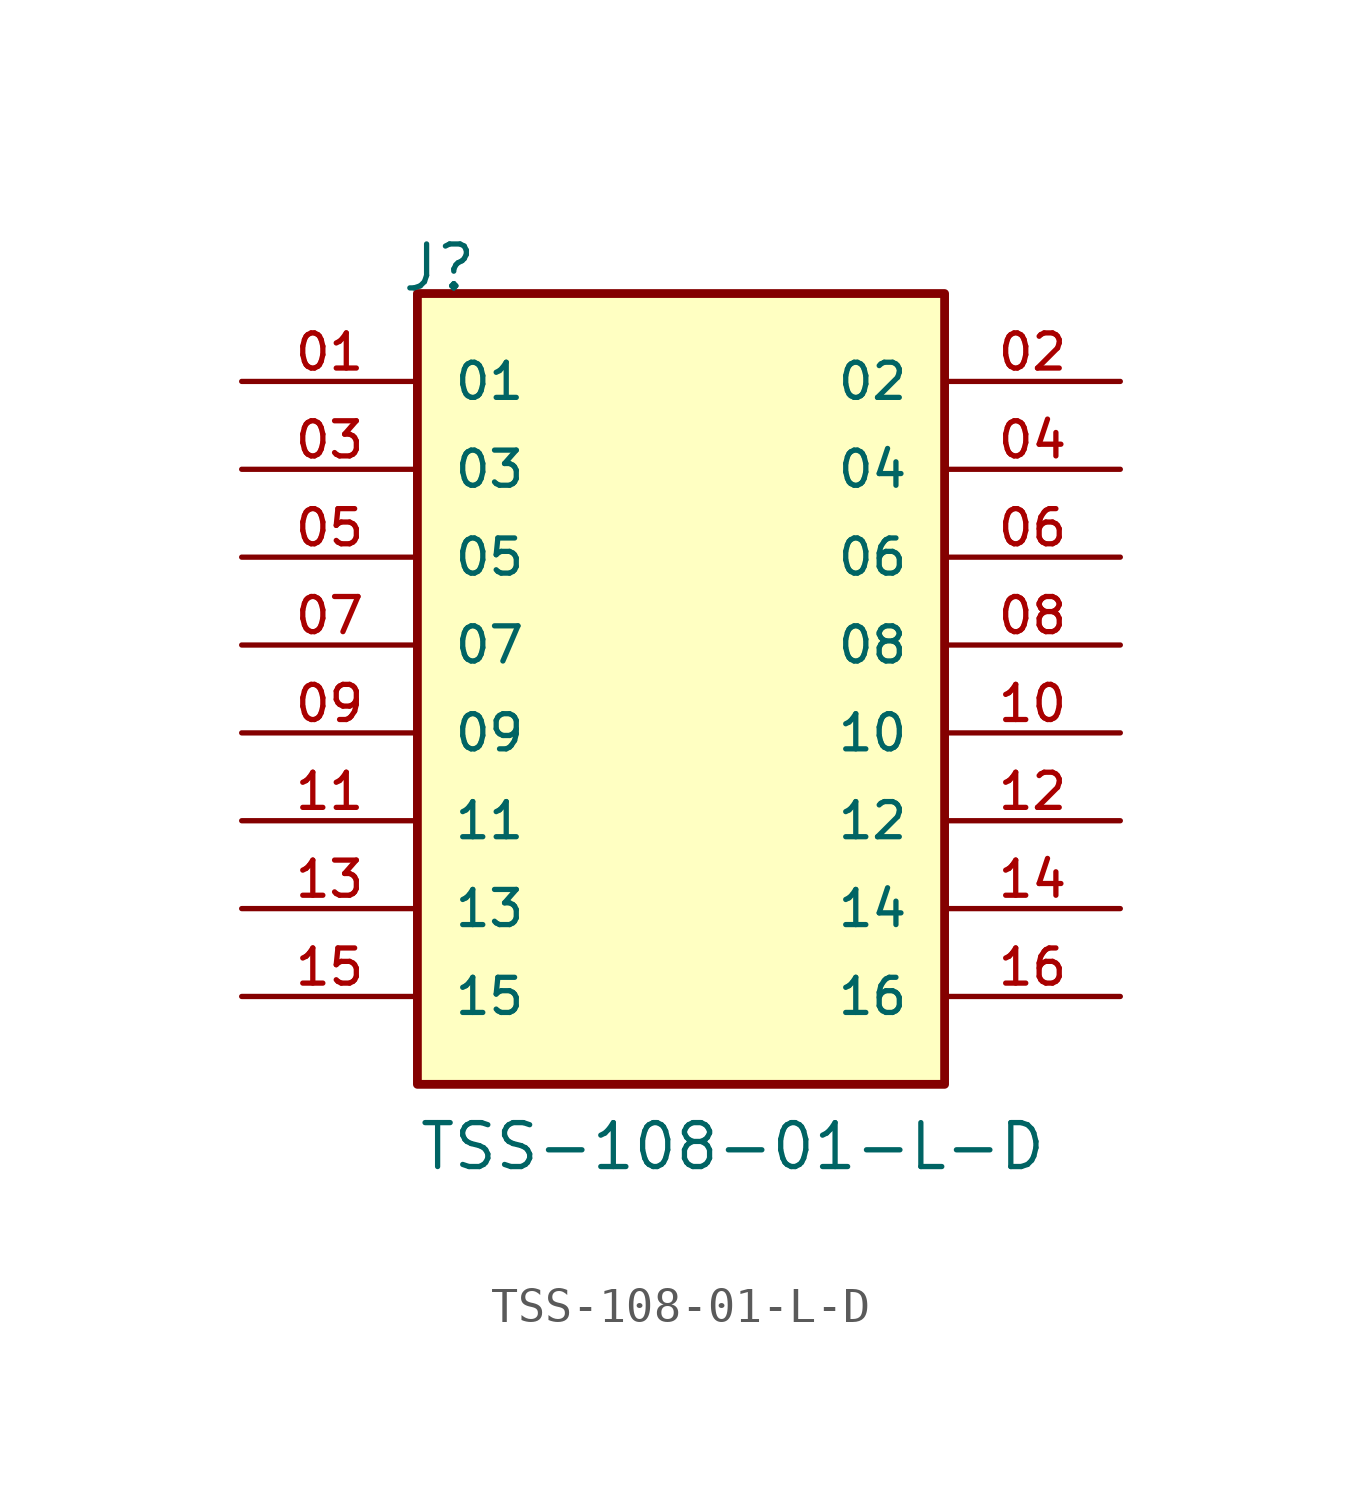
<source format=kicad_sym>
(kicad_symbol_lib
  (version 20211014)
  (generator kicad_symbol_editor)
  (symbol "TSS-108-01-L-D"
    (pin_names
      (offset 1.016))
    (property "Reference" "J"
      (at -8.12 12.7 0)
      (effects (font (size 1.27 1.27)) (justify bottom left)))
    (property "Value" "TSS-108-01-L-D"
      (at -7.62 -12.7 0)
      (effects (font (size 1.27 1.27)) (justify bottom left)))
    (symbol "TSS-108-01-L-D_0_0"
      (rectangle (start -7.62 -10.16) (end 7.62 12.7) (stroke (width 0.254)) (fill (type background)))
      (pin passive line (at -12.7 10.16 0) (length 5.08) (name "01" (effects (font (size 1.016 1.016)))) (number "01" (effects (font (size 1.016 1.016)))))
      (pin passive line (at 12.7 10.16 180.0) (length 5.08) (name "02" (effects (font (size 1.016 1.016)))) (number "02" (effects (font (size 1.016 1.016)))))
      (pin passive line (at -12.7 7.62 0) (length 5.08) (name "03" (effects (font (size 1.016 1.016)))) (number "03" (effects (font (size 1.016 1.016)))))
      (pin passive line (at 12.7 7.62 180.0) (length 5.08) (name "04" (effects (font (size 1.016 1.016)))) (number "04" (effects (font (size 1.016 1.016)))))
      (pin passive line (at -12.7 5.08 0) (length 5.08) (name "05" (effects (font (size 1.016 1.016)))) (number "05" (effects (font (size 1.016 1.016)))))
      (pin passive line (at 12.7 5.08 180.0) (length 5.08) (name "06" (effects (font (size 1.016 1.016)))) (number "06" (effects (font (size 1.016 1.016)))))
      (pin passive line (at -12.7 2.54 0) (length 5.08) (name "07" (effects (font (size 1.016 1.016)))) (number "07" (effects (font (size 1.016 1.016)))))
      (pin passive line (at 12.7 2.54 180.0) (length 5.08) (name "08" (effects (font (size 1.016 1.016)))) (number "08" (effects (font (size 1.016 1.016)))))
      (pin passive line (at -12.7 0.0 0) (length 5.08) (name "09" (effects (font (size 1.016 1.016)))) (number "09" (effects (font (size 1.016 1.016)))))
      (pin passive line (at 12.7 0.0 180.0) (length 5.08) (name "10" (effects (font (size 1.016 1.016)))) (number "10" (effects (font (size 1.016 1.016)))))
      (pin passive line (at -12.7 -2.54 0) (length 5.08) (name "11" (effects (font (size 1.016 1.016)))) (number "11" (effects (font (size 1.016 1.016)))))
      (pin passive line (at 12.7 -2.54 180.0) (length 5.08) (name "12" (effects (font (size 1.016 1.016)))) (number "12" (effects (font (size 1.016 1.016)))))
      (pin passive line (at -12.7 -5.08 0) (length 5.08) (name "13" (effects (font (size 1.016 1.016)))) (number "13" (effects (font (size 1.016 1.016)))))
      (pin passive line (at 12.7 -5.08 180.0) (length 5.08) (name "14" (effects (font (size 1.016 1.016)))) (number "14" (effects (font (size 1.016 1.016)))))
      (pin passive line (at -12.7 -7.62 0) (length 5.08) (name "15" (effects (font (size 1.016 1.016)))) (number "15" (effects (font (size 1.016 1.016)))))
      (pin passive line (at 12.7 -7.62 180.0) (length 5.08) (name "16" (effects (font (size 1.016 1.016)))) (number "16" (effects (font (size 1.016 1.016))))))))
</source>
